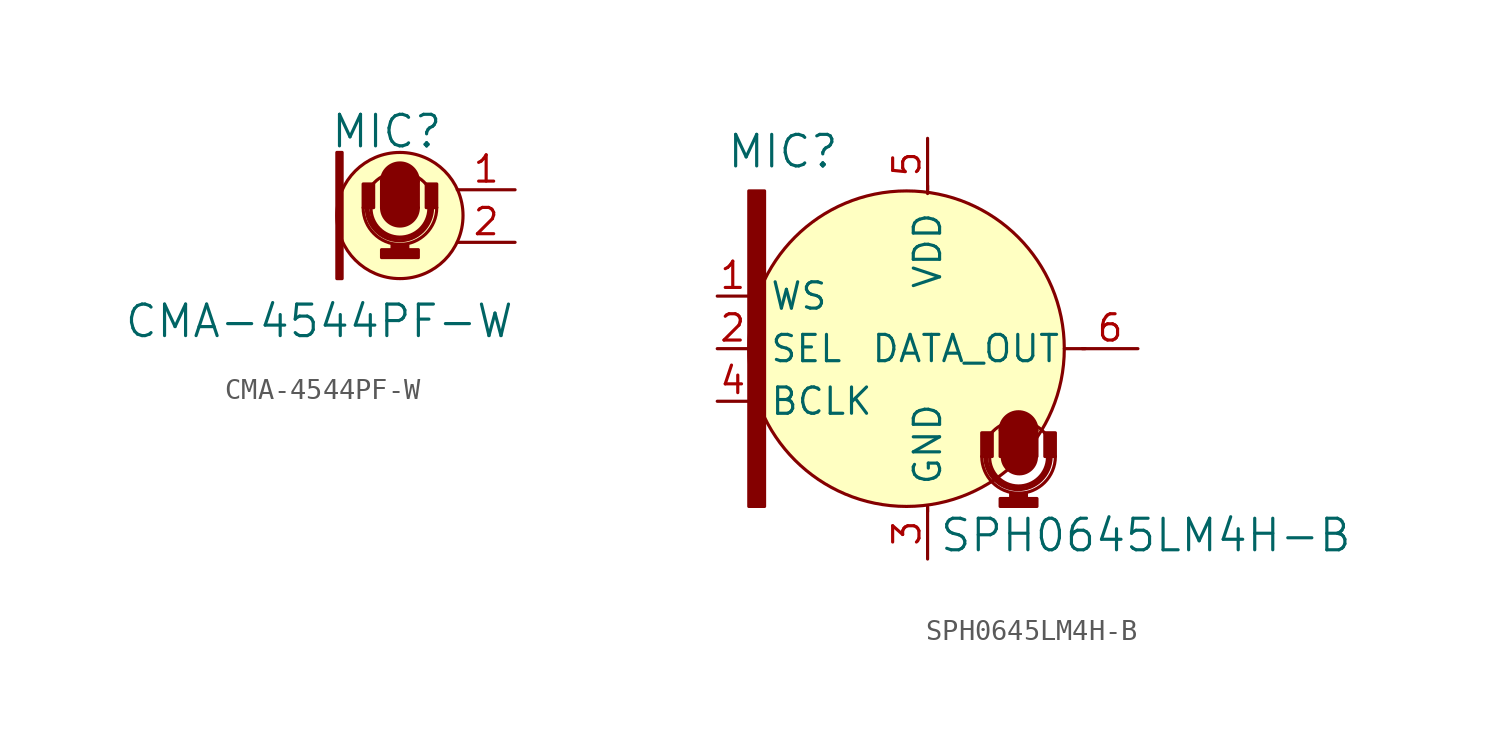
<source format=kicad_sym>
(kicad_symbol_lib
  (version 20220914)
  (generator kicad_symbol_editor)
  (symbol "CMA-4544PF-W"
    (pin_names
      (offset 1.016))
    (property "Reference" "MIC"
      (at -1.118 2.819 0)
      (effects (font (size 1.524 1.524))))
    (property "Value" "CMA-4544PF-W"
      (at 5.08 -6.35 0)
      (effects (font (size 1.524 1.524)) (justify right)))
    (symbol "CMA-4544PF-W_0_1"
      (rectangle (start -3.277 -4.293) (end -3.531 1.803) (stroke (width 0) (type default)) (fill (type outline)))
      (rectangle (start -2.261 -0.864) (end -1.753 0.279) (stroke (width 0) (type default)) (fill (type outline)))
      (arc (start -2.2606 -0.8636) (mid -0.4826 -2.6339) (end 1.2954 -0.8636) (stroke (width 0) (type default)) (fill (type none)))
      (arc (start -2.1082 -0.8636) (mid -0.5207 -2.4637) (end 1.0922 -0.889) (stroke (width 0) (type default)) (fill (type none)))
      (arc (start -2.032 -0.8636) (mid -0.508 -2.3376) (end 1.016 -0.8636) (stroke (width 0) (type default)) (fill (type none)))
      (arc (start -1.8796 -0.889) (mid -0.4953 -2.2859) (end 0.9144 -0.9144) (stroke (width 0) (type default)) (fill (type none)))
      (rectangle (start -1.372 -2.896) (end 0.406 -3.277) (stroke (width 0) (type default)) (fill (type outline)))
      (arc (start -1.3716 -0.8636) (mid -0.4826 -1.7488) (end 0.4064 -0.8636) (stroke (width 0) (type default)) (fill (type outline)))
      (rectangle (start -1.372 0.406) (end 0.406 -0.864) (stroke (width 0) (type default)) (fill (type outline)))
      (rectangle (start -0.864 -2.896) (end -0.102 -2.642) (stroke (width 0) (type default)) (fill (type outline)))
      (circle (center -0.483 -1.245) (radius 3.048) (stroke (width 0) (type default)) (fill (type background)))
      (arc (start 0.4064 0.4064) (mid -0.4826 1.2916) (end -1.3716 0.4064) (stroke (width 0) (type default)) (fill (type outline)))
      (arc (start 1.1938 -0.8128) (mid -0.5333 0.8635) (end -2.2098 -0.8636) (stroke (width 0) (type default)) (fill (type none)))
      (rectangle (start 1.295 -0.864) (end 0.787 0.279) (stroke (width 0) (type default)) (fill (type outline))))
    (symbol "CMA-4544PF-W_1_1"
      (pin passive line (at 5.08 0 180) (length 2.794) (name "~" (effects (font (size 1.27 1.27)))) (number "1" (effects (font (size 1.27 1.27)))))
      (pin passive line (at 5.08 -2.54 180) (length 2.794) (name "~" (effects (font (size 1.27 1.27)))) (number "2" (effects (font (size 1.27 1.27)))))))
  (symbol "SPH0645LM4H-B"
    (pin_names
      (offset 1.016))
    (property "Reference" "MIC"
      (at -6.985 9.525 0)
      (effects (font (size 1.524 1.524))))
    (property "Value" "SPH0645LM4H-B"
      (at 10.541 -9.017 0)
      (effects (font (size 1.524 1.524))))
    (symbol "SPH0645LM4H-B_0_1"
      (rectangle (start -7.874 7.62) (end -8.636 -7.62) (stroke (width 0) (type default)) (fill (type outline)))
      (circle (center -1.016 0) (radius 7.62) (stroke (width 0) (type default)) (fill (type background)))
      (polyline (pts (xy 0 -7.62) (xy 0 -7.874)) (stroke (width 0) (type default)) (fill (type none)))
      (polyline (pts (xy 0 7.493) (xy 0 7.874)) (stroke (width 0) (type default)) (fill (type none)))
      (polyline (pts (xy 7.62 0) (xy 6.604 0)) (stroke (width 0) (type default)) (fill (type none)))
      (rectangle (start 2.616 -5.207) (end 3.124 -4.064) (stroke (width 0) (type default)) (fill (type outline)))
      (arc (start 2.6162 -5.207) (mid 4.3942 -6.9773) (end 6.1722 -5.207) (stroke (width 0) (type default)) (fill (type none)))
      (arc (start 2.7686 -5.207) (mid 4.3561 -6.8071) (end 5.969 -5.2324) (stroke (width 0) (type default)) (fill (type none)))
      (arc (start 2.8448 -5.207) (mid 4.3688 -6.681) (end 5.8928 -5.207) (stroke (width 0) (type default)) (fill (type none)))
      (arc (start 2.9972 -5.2324) (mid 4.3815 -6.6293) (end 5.7912 -5.2578) (stroke (width 0) (type default)) (fill (type none)))
      (rectangle (start 3.505 -7.239) (end 5.283 -7.62) (stroke (width 0) (type default)) (fill (type outline)))
      (rectangle (start 3.505 -3.937) (end 5.283 -5.207) (stroke (width 0) (type default)) (fill (type outline)))
      (arc (start 3.6068 -5.2324) (mid 4.4196 -6.0452) (end 5.2578 -5.2324) (stroke (width 0) (type default)) (fill (type outline)))
      (rectangle (start 4.013 -7.239) (end 4.775 -6.985) (stroke (width 0) (type default)) (fill (type outline)))
      (arc (start 5.2832 -3.937) (mid 4.3942 -3.0518) (end 3.5052 -3.937) (stroke (width 0) (type default)) (fill (type outline)))
      (arc (start 6.0706 -5.1562) (mid 4.3435 -3.4799) (end 2.667 -5.207) (stroke (width 0) (type default)) (fill (type none)))
      (rectangle (start 6.172 -5.207) (end 5.664 -4.064) (stroke (width 0) (type default)) (fill (type outline))))
    (symbol "SPH0645LM4H-B_1_1"
      (pin input line (at -10.16 2.54 0) (length 1.499) (name "WS" (effects (font (size 1.27 1.27)))) (number "1" (effects (font (size 1.27 1.27)))))
      (pin input line (at -10.16 0 0) (length 1.499) (name "SEL" (effects (font (size 1.27 1.27)))) (number "2" (effects (font (size 1.27 1.27)))))
      (pin power_in line (at 0 -10.16 90) (length 2.489) (name "GND" (effects (font (size 1.27 1.27)))) (number "3" (effects (font (size 1.27 1.27)))))
      (pin input line (at -10.16 -2.54 0) (length 1.499) (name "BCLK" (effects (font (size 1.27 1.27)))) (number "4" (effects (font (size 1.27 1.27)))))
      (pin power_in line (at 0 10.16 270) (length 2.489) (name "VDD" (effects (font (size 1.27 1.27)))) (number "5" (effects (font (size 1.27 1.27)))))
      (pin output line (at 10.16 0 180) (length 2.692) (name "DATA_OUT" (effects (font (size 1.27 1.27)))) (number "6" (effects (font (size 1.27 1.27))))))))
</source>
